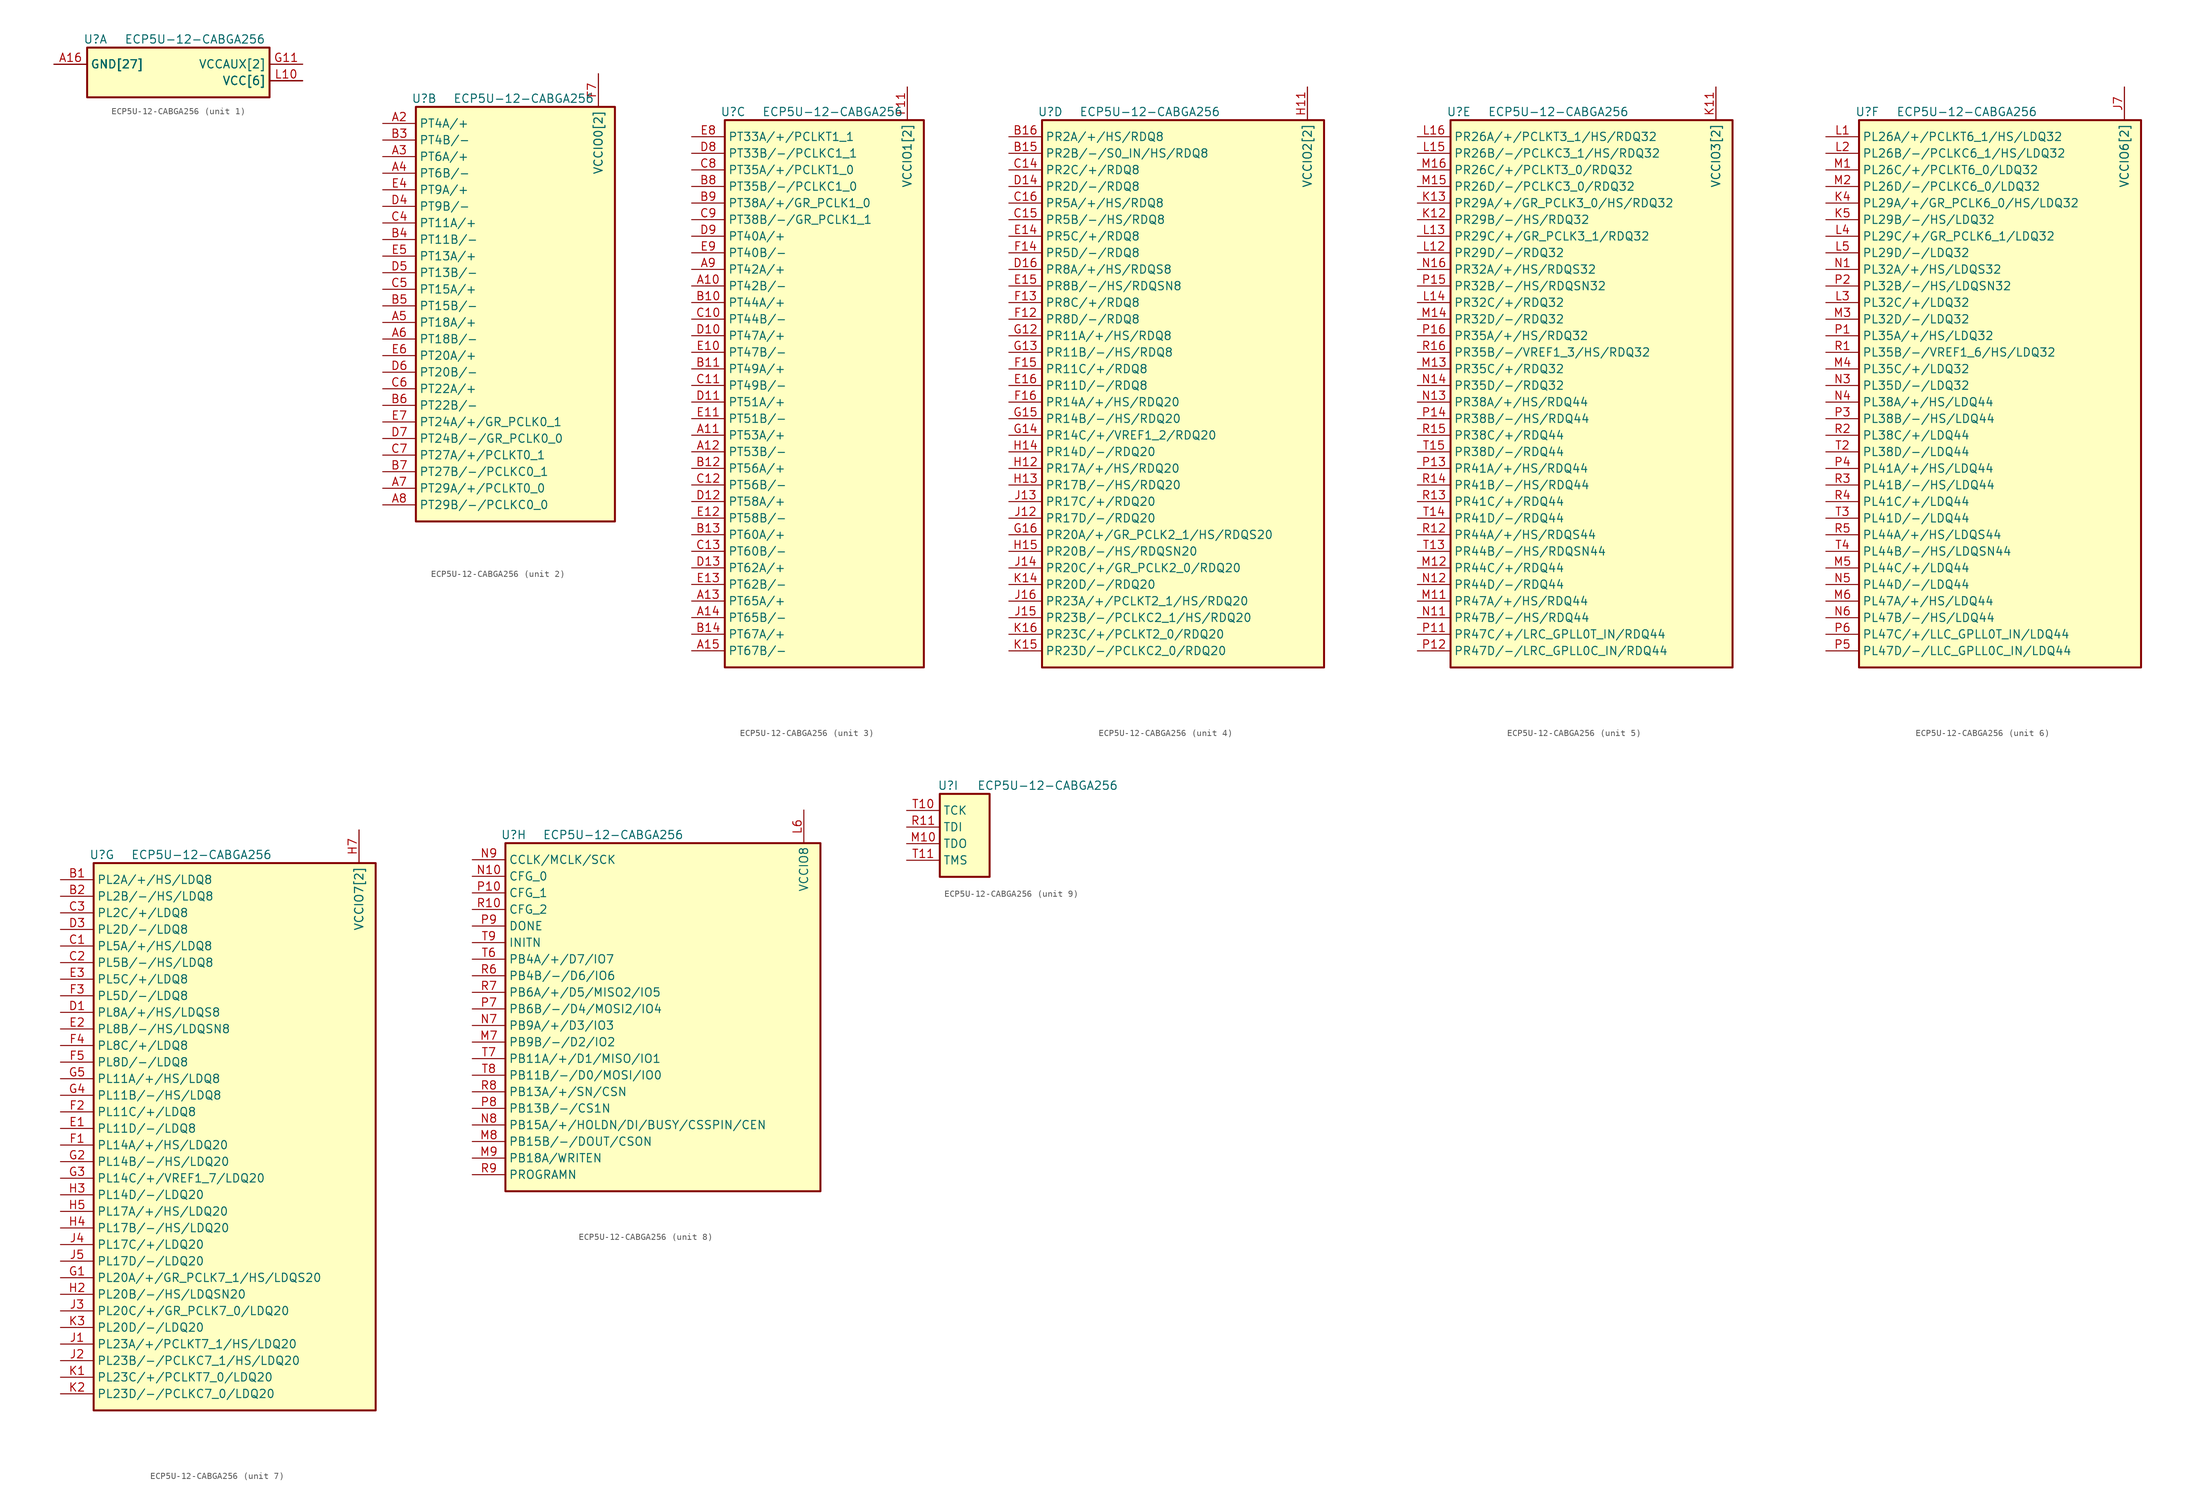
<source format=kicad_sym>
(kicad_symbol_lib
  (version 20211014)
  (generator kicad_symbol_editor)
  (symbol "ECP5U-12-CABGA256"
    (property "Reference" "U"
      (at 6.35 3.81 0)
      (effects (font (size 1.27 1.27))))
    (property "Value" "ECP5U-12-CABGA256"
      (at 21.59 3.81 0)
      (effects (font (size 1.27 1.27))))
    (property "ki_locked" ""
      (at 0 0 0)
      (effects (font (size 1.27 1.27))))
    (symbol "ECP5U-12-CABGA256_1_1"
      (rectangle (start 33.02 2.54) (end 5.08 -5.08) (stroke (width 0.305) (type default) (color 0 0 0 0)) (fill (type background)))
      (pin power_in line (at 0 0 0) (length 5.08) (name "GND[27]" (effects (font (size 1.27 1.27)))) (number "A1" (effects (font (size 0 0)))))
      (pin power_in line (at 0 0 0) (length 5.08) (name "GND[27]" (effects (font (size 1.27 1.27)))) (number "A16" (effects (font (size 1.27 1.27)))))
      (pin power_in line (at 0 0 0) (length 5.08) (name "GND[27]" (effects (font (size 1.27 1.27)))) (number "D15" (effects (font (size 0 0)))))
      (pin power_in line (at 0 0 0) (length 5.08) (name "GND[27]" (effects (font (size 1.27 1.27)))) (number "D2" (effects (font (size 0 0)))))
      (pin power_in line (at 0 0 0) (length 5.08) (name "GND[27]" (effects (font (size 1.27 1.27)))) (number "F8" (effects (font (size 0 0)))))
      (pin power_in line (at 0 0 0) (length 5.08) (name "GND[27]" (effects (font (size 1.27 1.27)))) (number "F9" (effects (font (size 0 0)))))
      (pin power_in line (at 0 0 0) (length 5.08) (name "GND[27]" (effects (font (size 1.27 1.27)))) (number "G10" (effects (font (size 0 0)))))
      (pin power_in line (at 38.1 0 180) (length 5.08) (name "VCCAUX[2]" (effects (font (size 1.27 1.27)))) (number "G11" (effects (font (size 1.27 1.27)))))
      (pin power_in line (at 38.1 -2.54 180) (length 5.08) (name "VCC[6]" (effects (font (size 1.27 1.27)))) (number "G6" (effects (font (size 0 0)))))
      (pin power_in line (at 38.1 -2.54 180) (length 5.08) (name "VCC[6]" (effects (font (size 1.27 1.27)))) (number "G7" (effects (font (size 0 0)))))
      (pin power_in line (at 0 0 0) (length 5.08) (name "GND[27]" (effects (font (size 1.27 1.27)))) (number "G8" (effects (font (size 0 0)))))
      (pin power_in line (at 38.1 -2.54 180) (length 5.08) (name "VCC[6]" (effects (font (size 1.27 1.27)))) (number "G9" (effects (font (size 0 0)))))
      (pin power_in line (at 0 0 0) (length 5.08) (name "GND[27]" (effects (font (size 1.27 1.27)))) (number "H1" (effects (font (size 0 0)))))
      (pin power_in line (at 0 0 0) (length 5.08) (name "GND[27]" (effects (font (size 1.27 1.27)))) (number "H10" (effects (font (size 0 0)))))
      (pin power_in line (at 0 0 0) (length 5.08) (name "GND[27]" (effects (font (size 1.27 1.27)))) (number "H16" (effects (font (size 0 0)))))
      (pin power_in line (at 0 0 0) (length 5.08) (name "GND[27]" (effects (font (size 1.27 1.27)))) (number "H8" (effects (font (size 0 0)))))
      (pin power_in line (at 0 0 0) (length 5.08) (name "GND[27]" (effects (font (size 1.27 1.27)))) (number "H9" (effects (font (size 0 0)))))
      (pin power_in line (at 0 0 0) (length 5.08) (name "GND[27]" (effects (font (size 1.27 1.27)))) (number "J10" (effects (font (size 0 0)))))
      (pin power_in line (at 0 0 0) (length 5.08) (name "GND[27]" (effects (font (size 1.27 1.27)))) (number "J8" (effects (font (size 0 0)))))
      (pin power_in line (at 0 0 0) (length 5.08) (name "GND[27]" (effects (font (size 1.27 1.27)))) (number "J9" (effects (font (size 0 0)))))
      (pin power_in line (at 0 0 0) (length 5.08) (name "GND[27]" (effects (font (size 1.27 1.27)))) (number "K10" (effects (font (size 0 0)))))
      (pin power_in line (at 0 0 0) (length 5.08) (name "GND[27]" (effects (font (size 1.27 1.27)))) (number "K6" (effects (font (size 0 0)))))
      (pin power_in line (at 0 0 0) (length 5.08) (name "GND[27]" (effects (font (size 1.27 1.27)))) (number "K7" (effects (font (size 0 0)))))
      (pin power_in line (at 0 0 0) (length 5.08) (name "GND[27]" (effects (font (size 1.27 1.27)))) (number "K8" (effects (font (size 0 0)))))
      (pin power_in line (at 0 0 0) (length 5.08) (name "GND[27]" (effects (font (size 1.27 1.27)))) (number "K9" (effects (font (size 0 0)))))
      (pin power_in line (at 38.1 -2.54 180) (length 5.08) (name "VCC[6]" (effects (font (size 1.27 1.27)))) (number "L10" (effects (font (size 1.27 1.27)))))
      (pin power_in line (at 38.1 0 180) (length 5.08) (name "VCCAUX[2]" (effects (font (size 1.27 1.27)))) (number "L7" (effects (font (size 0 0)))))
      (pin power_in line (at 38.1 -2.54 180) (length 5.08) (name "VCC[6]" (effects (font (size 1.27 1.27)))) (number "L8" (effects (font (size 0 0)))))
      (pin power_in line (at 38.1 -2.54 180) (length 5.08) (name "VCC[6]" (effects (font (size 1.27 1.27)))) (number "L9" (effects (font (size 0 0)))))
      (pin power_in line (at 0 0 0) (length 5.08) (name "GND[27]" (effects (font (size 1.27 1.27)))) (number "N15" (effects (font (size 0 0)))))
      (pin power_in line (at 0 0 0) (length 5.08) (name "GND[27]" (effects (font (size 1.27 1.27)))) (number "N2" (effects (font (size 0 0)))))
      (pin power_in line (at 0 0 0) (length 5.08) (name "GND[27]" (effects (font (size 1.27 1.27)))) (number "T1" (effects (font (size 0 0)))))
      (pin power_in line (at 0 0 0) (length 5.08) (name "GND[27]" (effects (font (size 1.27 1.27)))) (number "T12" (effects (font (size 0 0)))))
      (pin power_in line (at 0 0 0) (length 5.08) (name "GND[27]" (effects (font (size 1.27 1.27)))) (number "T16" (effects (font (size 0 0)))))
      (pin power_in line (at 0 0 0) (length 5.08) (name "GND[27]" (effects (font (size 1.27 1.27)))) (number "T5" (effects (font (size 0 0))))))
    (symbol "ECP5U-12-CABGA256_2_1"
      (rectangle (start 5.08 2.54) (end 35.56 -60.96) (stroke (width 0.305) (type default) (color 0 0 0 0)) (fill (type background)))
      (pin bidirectional line (at 0 0 0) (length 5.08) (name "PT4A/+" (effects (font (size 1.27 1.27)))) (number "A2" (effects (font (size 1.27 1.27)))))
      (pin bidirectional line (at 0 -5.08 0) (length 5.08) (name "PT6A/+" (effects (font (size 1.27 1.27)))) (number "A3" (effects (font (size 1.27 1.27)))))
      (pin bidirectional line (at 0 -7.62 0) (length 5.08) (name "PT6B/-" (effects (font (size 1.27 1.27)))) (number "A4" (effects (font (size 1.27 1.27)))))
      (pin bidirectional line (at 0 -30.48 0) (length 5.08) (name "PT18A/+" (effects (font (size 1.27 1.27)))) (number "A5" (effects (font (size 1.27 1.27)))))
      (pin bidirectional line (at 0 -33.02 0) (length 5.08) (name "PT18B/-" (effects (font (size 1.27 1.27)))) (number "A6" (effects (font (size 1.27 1.27)))))
      (pin bidirectional line (at 0 -55.88 0) (length 5.08) (name "PT29A/+/PCLKT0_0" (effects (font (size 1.27 1.27)))) (number "A7" (effects (font (size 1.27 1.27)))))
      (pin bidirectional line (at 0 -58.42 0) (length 5.08) (name "PT29B/-/PCLKC0_0" (effects (font (size 1.27 1.27)))) (number "A8" (effects (font (size 1.27 1.27)))))
      (pin bidirectional line (at 0 -2.54 0) (length 5.08) (name "PT4B/-" (effects (font (size 1.27 1.27)))) (number "B3" (effects (font (size 1.27 1.27)))))
      (pin bidirectional line (at 0 -17.78 0) (length 5.08) (name "PT11B/-" (effects (font (size 1.27 1.27)))) (number "B4" (effects (font (size 1.27 1.27)))))
      (pin bidirectional line (at 0 -27.94 0) (length 5.08) (name "PT15B/-" (effects (font (size 1.27 1.27)))) (number "B5" (effects (font (size 1.27 1.27)))))
      (pin bidirectional line (at 0 -43.18 0) (length 5.08) (name "PT22B/-" (effects (font (size 1.27 1.27)))) (number "B6" (effects (font (size 1.27 1.27)))))
      (pin bidirectional line (at 0 -53.34 0) (length 5.08) (name "PT27B/-/PCLKC0_1" (effects (font (size 1.27 1.27)))) (number "B7" (effects (font (size 1.27 1.27)))))
      (pin bidirectional line (at 0 -15.24 0) (length 5.08) (name "PT11A/+" (effects (font (size 1.27 1.27)))) (number "C4" (effects (font (size 1.27 1.27)))))
      (pin bidirectional line (at 0 -25.4 0) (length 5.08) (name "PT15A/+" (effects (font (size 1.27 1.27)))) (number "C5" (effects (font (size 1.27 1.27)))))
      (pin bidirectional line (at 0 -40.64 0) (length 5.08) (name "PT22A/+" (effects (font (size 1.27 1.27)))) (number "C6" (effects (font (size 1.27 1.27)))))
      (pin bidirectional line (at 0 -50.8 0) (length 5.08) (name "PT27A/+/PCLKT0_1" (effects (font (size 1.27 1.27)))) (number "C7" (effects (font (size 1.27 1.27)))))
      (pin bidirectional line (at 0 -12.7 0) (length 5.08) (name "PT9B/-" (effects (font (size 1.27 1.27)))) (number "D4" (effects (font (size 1.27 1.27)))))
      (pin bidirectional line (at 0 -22.86 0) (length 5.08) (name "PT13B/-" (effects (font (size 1.27 1.27)))) (number "D5" (effects (font (size 1.27 1.27)))))
      (pin bidirectional line (at 0 -38.1 0) (length 5.08) (name "PT20B/-" (effects (font (size 1.27 1.27)))) (number "D6" (effects (font (size 1.27 1.27)))))
      (pin bidirectional line (at 0 -48.26 0) (length 5.08) (name "PT24B/-/GR_PCLK0_0" (effects (font (size 1.27 1.27)))) (number "D7" (effects (font (size 1.27 1.27)))))
      (pin bidirectional line (at 0 -10.16 0) (length 5.08) (name "PT9A/+" (effects (font (size 1.27 1.27)))) (number "E4" (effects (font (size 1.27 1.27)))))
      (pin bidirectional line (at 0 -20.32 0) (length 5.08) (name "PT13A/+" (effects (font (size 1.27 1.27)))) (number "E5" (effects (font (size 1.27 1.27)))))
      (pin bidirectional line (at 0 -35.56 0) (length 5.08) (name "PT20A/+" (effects (font (size 1.27 1.27)))) (number "E6" (effects (font (size 1.27 1.27)))))
      (pin bidirectional line (at 0 -45.72 0) (length 5.08) (name "PT24A/+/GR_PCLK0_1" (effects (font (size 1.27 1.27)))) (number "E7" (effects (font (size 1.27 1.27)))))
      (pin power_in line (at 33.02 7.62 270) (length 5.08) (name "VCCIO0[2]" (effects (font (size 1.27 1.27)))) (number "F6" (effects (font (size 0 0)))))
      (pin power_in line (at 33.02 7.62 270) (length 5.08) (name "VCCIO0[2]" (effects (font (size 1.27 1.27)))) (number "F7" (effects (font (size 1.27 1.27))))))
    (symbol "ECP5U-12-CABGA256_3_1"
      (rectangle (start 5.08 2.54) (end 35.56 -81.28) (stroke (width 0.305) (type default) (color 0 0 0 0)) (fill (type background)))
      (pin bidirectional line (at 0 -22.86 0) (length 5.08) (name "PT42B/-" (effects (font (size 1.27 1.27)))) (number "A10" (effects (font (size 1.27 1.27)))))
      (pin bidirectional line (at 0 -45.72 0) (length 5.08) (name "PT53A/+" (effects (font (size 1.27 1.27)))) (number "A11" (effects (font (size 1.27 1.27)))))
      (pin bidirectional line (at 0 -48.26 0) (length 5.08) (name "PT53B/-" (effects (font (size 1.27 1.27)))) (number "A12" (effects (font (size 1.27 1.27)))))
      (pin bidirectional line (at 0 -71.12 0) (length 5.08) (name "PT65A/+" (effects (font (size 1.27 1.27)))) (number "A13" (effects (font (size 1.27 1.27)))))
      (pin bidirectional line (at 0 -73.66 0) (length 5.08) (name "PT65B/-" (effects (font (size 1.27 1.27)))) (number "A14" (effects (font (size 1.27 1.27)))))
      (pin bidirectional line (at 0 -78.74 0) (length 5.08) (name "PT67B/-" (effects (font (size 1.27 1.27)))) (number "A15" (effects (font (size 1.27 1.27)))))
      (pin bidirectional line (at 0 -20.32 0) (length 5.08) (name "PT42A/+" (effects (font (size 1.27 1.27)))) (number "A9" (effects (font (size 1.27 1.27)))))
      (pin bidirectional line (at 0 -25.4 0) (length 5.08) (name "PT44A/+" (effects (font (size 1.27 1.27)))) (number "B10" (effects (font (size 1.27 1.27)))))
      (pin bidirectional line (at 0 -35.56 0) (length 5.08) (name "PT49A/+" (effects (font (size 1.27 1.27)))) (number "B11" (effects (font (size 1.27 1.27)))))
      (pin bidirectional line (at 0 -50.8 0) (length 5.08) (name "PT56A/+" (effects (font (size 1.27 1.27)))) (number "B12" (effects (font (size 1.27 1.27)))))
      (pin bidirectional line (at 0 -60.96 0) (length 5.08) (name "PT60A/+" (effects (font (size 1.27 1.27)))) (number "B13" (effects (font (size 1.27 1.27)))))
      (pin bidirectional line (at 0 -76.2 0) (length 5.08) (name "PT67A/+" (effects (font (size 1.27 1.27)))) (number "B14" (effects (font (size 1.27 1.27)))))
      (pin bidirectional line (at 0 -7.62 0) (length 5.08) (name "PT35B/-/PCLKC1_0" (effects (font (size 1.27 1.27)))) (number "B8" (effects (font (size 1.27 1.27)))))
      (pin bidirectional line (at 0 -10.16 0) (length 5.08) (name "PT38A/+/GR_PCLK1_0" (effects (font (size 1.27 1.27)))) (number "B9" (effects (font (size 1.27 1.27)))))
      (pin bidirectional line (at 0 -27.94 0) (length 5.08) (name "PT44B/-" (effects (font (size 1.27 1.27)))) (number "C10" (effects (font (size 1.27 1.27)))))
      (pin bidirectional line (at 0 -38.1 0) (length 5.08) (name "PT49B/-" (effects (font (size 1.27 1.27)))) (number "C11" (effects (font (size 1.27 1.27)))))
      (pin bidirectional line (at 0 -53.34 0) (length 5.08) (name "PT56B/-" (effects (font (size 1.27 1.27)))) (number "C12" (effects (font (size 1.27 1.27)))))
      (pin bidirectional line (at 0 -63.5 0) (length 5.08) (name "PT60B/-" (effects (font (size 1.27 1.27)))) (number "C13" (effects (font (size 1.27 1.27)))))
      (pin bidirectional line (at 0 -5.08 0) (length 5.08) (name "PT35A/+/PCLKT1_0" (effects (font (size 1.27 1.27)))) (number "C8" (effects (font (size 1.27 1.27)))))
      (pin bidirectional line (at 0 -12.7 0) (length 5.08) (name "PT38B/-/GR_PCLK1_1" (effects (font (size 1.27 1.27)))) (number "C9" (effects (font (size 1.27 1.27)))))
      (pin bidirectional line (at 0 -30.48 0) (length 5.08) (name "PT47A/+" (effects (font (size 1.27 1.27)))) (number "D10" (effects (font (size 1.27 1.27)))))
      (pin bidirectional line (at 0 -40.64 0) (length 5.08) (name "PT51A/+" (effects (font (size 1.27 1.27)))) (number "D11" (effects (font (size 1.27 1.27)))))
      (pin bidirectional line (at 0 -55.88 0) (length 5.08) (name "PT58A/+" (effects (font (size 1.27 1.27)))) (number "D12" (effects (font (size 1.27 1.27)))))
      (pin bidirectional line (at 0 -66.04 0) (length 5.08) (name "PT62A/+" (effects (font (size 1.27 1.27)))) (number "D13" (effects (font (size 1.27 1.27)))))
      (pin bidirectional line (at 0 -2.54 0) (length 5.08) (name "PT33B/-/PCLKC1_1" (effects (font (size 1.27 1.27)))) (number "D8" (effects (font (size 1.27 1.27)))))
      (pin bidirectional line (at 0 -15.24 0) (length 5.08) (name "PT40A/+" (effects (font (size 1.27 1.27)))) (number "D9" (effects (font (size 1.27 1.27)))))
      (pin bidirectional line (at 0 -33.02 0) (length 5.08) (name "PT47B/-" (effects (font (size 1.27 1.27)))) (number "E10" (effects (font (size 1.27 1.27)))))
      (pin bidirectional line (at 0 -43.18 0) (length 5.08) (name "PT51B/-" (effects (font (size 1.27 1.27)))) (number "E11" (effects (font (size 1.27 1.27)))))
      (pin bidirectional line (at 0 -58.42 0) (length 5.08) (name "PT58B/-" (effects (font (size 1.27 1.27)))) (number "E12" (effects (font (size 1.27 1.27)))))
      (pin bidirectional line (at 0 -68.58 0) (length 5.08) (name "PT62B/-" (effects (font (size 1.27 1.27)))) (number "E13" (effects (font (size 1.27 1.27)))))
      (pin bidirectional line (at 0 0 0) (length 5.08) (name "PT33A/+/PCLKT1_1" (effects (font (size 1.27 1.27)))) (number "E8" (effects (font (size 1.27 1.27)))))
      (pin bidirectional line (at 0 -17.78 0) (length 5.08) (name "PT40B/-" (effects (font (size 1.27 1.27)))) (number "E9" (effects (font (size 1.27 1.27)))))
      (pin power_in line (at 33.02 7.62 270) (length 5.08) (name "VCCIO1[2]" (effects (font (size 1.27 1.27)))) (number "F10" (effects (font (size 0 0)))))
      (pin power_in line (at 33.02 7.62 270) (length 5.08) (name "VCCIO1[2]" (effects (font (size 1.27 1.27)))) (number "F11" (effects (font (size 1.27 1.27))))))
    (symbol "ECP5U-12-CABGA256_4_1"
      (rectangle (start 5.08 2.54) (end 48.26 -81.28) (stroke (width 0.305) (type default) (color 0 0 0 0)) (fill (type background)))
      (pin bidirectional line (at 0 -2.54 0) (length 5.08) (name "PR2B/-/S0_IN/HS/RDQ8" (effects (font (size 1.27 1.27)))) (number "B15" (effects (font (size 1.27 1.27)))))
      (pin bidirectional line (at 0 0 0) (length 5.08) (name "PR2A/+/HS/RDQ8" (effects (font (size 1.27 1.27)))) (number "B16" (effects (font (size 1.27 1.27)))))
      (pin bidirectional line (at 0 -5.08 0) (length 5.08) (name "PR2C/+/RDQ8" (effects (font (size 1.27 1.27)))) (number "C14" (effects (font (size 1.27 1.27)))))
      (pin bidirectional line (at 0 -12.7 0) (length 5.08) (name "PR5B/-/HS/RDQ8" (effects (font (size 1.27 1.27)))) (number "C15" (effects (font (size 1.27 1.27)))))
      (pin bidirectional line (at 0 -10.16 0) (length 5.08) (name "PR5A/+/HS/RDQ8" (effects (font (size 1.27 1.27)))) (number "C16" (effects (font (size 1.27 1.27)))))
      (pin bidirectional line (at 0 -7.62 0) (length 5.08) (name "PR2D/-/RDQ8" (effects (font (size 1.27 1.27)))) (number "D14" (effects (font (size 1.27 1.27)))))
      (pin bidirectional line (at 0 -20.32 0) (length 5.08) (name "PR8A/+/HS/RDQS8" (effects (font (size 1.27 1.27)))) (number "D16" (effects (font (size 1.27 1.27)))))
      (pin bidirectional line (at 0 -15.24 0) (length 5.08) (name "PR5C/+/RDQ8" (effects (font (size 1.27 1.27)))) (number "E14" (effects (font (size 1.27 1.27)))))
      (pin bidirectional line (at 0 -22.86 0) (length 5.08) (name "PR8B/-/HS/RDQSN8" (effects (font (size 1.27 1.27)))) (number "E15" (effects (font (size 1.27 1.27)))))
      (pin bidirectional line (at 0 -38.1 0) (length 5.08) (name "PR11D/-/RDQ8" (effects (font (size 1.27 1.27)))) (number "E16" (effects (font (size 1.27 1.27)))))
      (pin bidirectional line (at 0 -27.94 0) (length 5.08) (name "PR8D/-/RDQ8" (effects (font (size 1.27 1.27)))) (number "F12" (effects (font (size 1.27 1.27)))))
      (pin bidirectional line (at 0 -25.4 0) (length 5.08) (name "PR8C/+/RDQ8" (effects (font (size 1.27 1.27)))) (number "F13" (effects (font (size 1.27 1.27)))))
      (pin bidirectional line (at 0 -17.78 0) (length 5.08) (name "PR5D/-/RDQ8" (effects (font (size 1.27 1.27)))) (number "F14" (effects (font (size 1.27 1.27)))))
      (pin bidirectional line (at 0 -35.56 0) (length 5.08) (name "PR11C/+/RDQ8" (effects (font (size 1.27 1.27)))) (number "F15" (effects (font (size 1.27 1.27)))))
      (pin bidirectional line (at 0 -40.64 0) (length 5.08) (name "PR14A/+/HS/RDQ20" (effects (font (size 1.27 1.27)))) (number "F16" (effects (font (size 1.27 1.27)))))
      (pin bidirectional line (at 0 -30.48 0) (length 5.08) (name "PR11A/+/HS/RDQ8" (effects (font (size 1.27 1.27)))) (number "G12" (effects (font (size 1.27 1.27)))))
      (pin bidirectional line (at 0 -33.02 0) (length 5.08) (name "PR11B/-/HS/RDQ8" (effects (font (size 1.27 1.27)))) (number "G13" (effects (font (size 1.27 1.27)))))
      (pin bidirectional line (at 0 -45.72 0) (length 5.08) (name "PR14C/+/VREF1_2/RDQ20" (effects (font (size 1.27 1.27)))) (number "G14" (effects (font (size 1.27 1.27)))))
      (pin bidirectional line (at 0 -43.18 0) (length 5.08) (name "PR14B/-/HS/RDQ20" (effects (font (size 1.27 1.27)))) (number "G15" (effects (font (size 1.27 1.27)))))
      (pin bidirectional line (at 0 -60.96 0) (length 5.08) (name "PR20A/+/GR_PCLK2_1/HS/RDQS20" (effects (font (size 1.27 1.27)))) (number "G16" (effects (font (size 1.27 1.27)))))
      (pin power_in line (at 45.72 7.62 270) (length 5.08) (name "VCCIO2[2]" (effects (font (size 1.27 1.27)))) (number "H11" (effects (font (size 1.27 1.27)))))
      (pin bidirectional line (at 0 -50.8 0) (length 5.08) (name "PR17A/+/HS/RDQ20" (effects (font (size 1.27 1.27)))) (number "H12" (effects (font (size 1.27 1.27)))))
      (pin bidirectional line (at 0 -53.34 0) (length 5.08) (name "PR17B/-/HS/RDQ20" (effects (font (size 1.27 1.27)))) (number "H13" (effects (font (size 1.27 1.27)))))
      (pin bidirectional line (at 0 -48.26 0) (length 5.08) (name "PR14D/-/RDQ20" (effects (font (size 1.27 1.27)))) (number "H14" (effects (font (size 1.27 1.27)))))
      (pin bidirectional line (at 0 -63.5 0) (length 5.08) (name "PR20B/-/HS/RDQSN20" (effects (font (size 1.27 1.27)))) (number "H15" (effects (font (size 1.27 1.27)))))
      (pin power_in line (at 45.72 7.62 270) (length 5.08) (name "VCCIO2[2]" (effects (font (size 1.27 1.27)))) (number "J11" (effects (font (size 0 0)))))
      (pin bidirectional line (at 0 -58.42 0) (length 5.08) (name "PR17D/-/RDQ20" (effects (font (size 1.27 1.27)))) (number "J12" (effects (font (size 1.27 1.27)))))
      (pin bidirectional line (at 0 -55.88 0) (length 5.08) (name "PR17C/+/RDQ20" (effects (font (size 1.27 1.27)))) (number "J13" (effects (font (size 1.27 1.27)))))
      (pin bidirectional line (at 0 -66.04 0) (length 5.08) (name "PR20C/+/GR_PCLK2_0/RDQ20" (effects (font (size 1.27 1.27)))) (number "J14" (effects (font (size 1.27 1.27)))))
      (pin bidirectional line (at 0 -73.66 0) (length 5.08) (name "PR23B/-/PCLKC2_1/HS/RDQ20" (effects (font (size 1.27 1.27)))) (number "J15" (effects (font (size 1.27 1.27)))))
      (pin bidirectional line (at 0 -71.12 0) (length 5.08) (name "PR23A/+/PCLKT2_1/HS/RDQ20" (effects (font (size 1.27 1.27)))) (number "J16" (effects (font (size 1.27 1.27)))))
      (pin bidirectional line (at 0 -68.58 0) (length 5.08) (name "PR20D/-/RDQ20" (effects (font (size 1.27 1.27)))) (number "K14" (effects (font (size 1.27 1.27)))))
      (pin bidirectional line (at 0 -78.74 0) (length 5.08) (name "PR23D/-/PCLKC2_0/RDQ20" (effects (font (size 1.27 1.27)))) (number "K15" (effects (font (size 1.27 1.27)))))
      (pin bidirectional line (at 0 -76.2 0) (length 5.08) (name "PR23C/+/PCLKT2_0/RDQ20" (effects (font (size 1.27 1.27)))) (number "K16" (effects (font (size 1.27 1.27))))))
    (symbol "ECP5U-12-CABGA256_5_1"
      (rectangle (start 5.08 2.54) (end 48.26 -81.28) (stroke (width 0.305) (type default) (color 0 0 0 0)) (fill (type background)))
      (pin power_in line (at 45.72 7.62 270) (length 5.08) (name "VCCIO3[2]" (effects (font (size 1.27 1.27)))) (number "K11" (effects (font (size 1.27 1.27)))))
      (pin bidirectional line (at 0 -12.7 0) (length 5.08) (name "PR29B/-/HS/RDQ32" (effects (font (size 1.27 1.27)))) (number "K12" (effects (font (size 1.27 1.27)))))
      (pin bidirectional line (at 0 -10.16 0) (length 5.08) (name "PR29A/+/GR_PCLK3_0/HS/RDQ32" (effects (font (size 1.27 1.27)))) (number "K13" (effects (font (size 1.27 1.27)))))
      (pin power_in line (at 45.72 7.62 270) (length 5.08) (name "VCCIO3[2]" (effects (font (size 1.27 1.27)))) (number "L11" (effects (font (size 0 0)))))
      (pin bidirectional line (at 0 -17.78 0) (length 5.08) (name "PR29D/-/RDQ32" (effects (font (size 1.27 1.27)))) (number "L12" (effects (font (size 1.27 1.27)))))
      (pin bidirectional line (at 0 -15.24 0) (length 5.08) (name "PR29C/+/GR_PCLK3_1/RDQ32" (effects (font (size 1.27 1.27)))) (number "L13" (effects (font (size 1.27 1.27)))))
      (pin bidirectional line (at 0 -25.4 0) (length 5.08) (name "PR32C/+/RDQ32" (effects (font (size 1.27 1.27)))) (number "L14" (effects (font (size 1.27 1.27)))))
      (pin bidirectional line (at 0 -2.54 0) (length 5.08) (name "PR26B/-/PCLKC3_1/HS/RDQ32" (effects (font (size 1.27 1.27)))) (number "L15" (effects (font (size 1.27 1.27)))))
      (pin bidirectional line (at 0 0 0) (length 5.08) (name "PR26A/+/PCLKT3_1/HS/RDQ32" (effects (font (size 1.27 1.27)))) (number "L16" (effects (font (size 1.27 1.27)))))
      (pin bidirectional line (at 0 -71.12 0) (length 5.08) (name "PR47A/+/HS/RDQ44" (effects (font (size 1.27 1.27)))) (number "M11" (effects (font (size 1.27 1.27)))))
      (pin bidirectional line (at 0 -66.04 0) (length 5.08) (name "PR44C/+/RDQ44" (effects (font (size 1.27 1.27)))) (number "M12" (effects (font (size 1.27 1.27)))))
      (pin bidirectional line (at 0 -35.56 0) (length 5.08) (name "PR35C/+/RDQ32" (effects (font (size 1.27 1.27)))) (number "M13" (effects (font (size 1.27 1.27)))))
      (pin bidirectional line (at 0 -27.94 0) (length 5.08) (name "PR32D/-/RDQ32" (effects (font (size 1.27 1.27)))) (number "M14" (effects (font (size 1.27 1.27)))))
      (pin bidirectional line (at 0 -7.62 0) (length 5.08) (name "PR26D/-/PCLKC3_0/RDQ32" (effects (font (size 1.27 1.27)))) (number "M15" (effects (font (size 1.27 1.27)))))
      (pin bidirectional line (at 0 -5.08 0) (length 5.08) (name "PR26C/+/PCLKT3_0/RDQ32" (effects (font (size 1.27 1.27)))) (number "M16" (effects (font (size 1.27 1.27)))))
      (pin bidirectional line (at 0 -73.66 0) (length 5.08) (name "PR47B/-/HS/RDQ44" (effects (font (size 1.27 1.27)))) (number "N11" (effects (font (size 1.27 1.27)))))
      (pin bidirectional line (at 0 -68.58 0) (length 5.08) (name "PR44D/-/RDQ44" (effects (font (size 1.27 1.27)))) (number "N12" (effects (font (size 1.27 1.27)))))
      (pin bidirectional line (at 0 -40.64 0) (length 5.08) (name "PR38A/+/HS/RDQ44" (effects (font (size 1.27 1.27)))) (number "N13" (effects (font (size 1.27 1.27)))))
      (pin bidirectional line (at 0 -38.1 0) (length 5.08) (name "PR35D/-/RDQ32" (effects (font (size 1.27 1.27)))) (number "N14" (effects (font (size 1.27 1.27)))))
      (pin bidirectional line (at 0 -20.32 0) (length 5.08) (name "PR32A/+/HS/RDQS32" (effects (font (size 1.27 1.27)))) (number "N16" (effects (font (size 1.27 1.27)))))
      (pin bidirectional line (at 0 -76.2 0) (length 5.08) (name "PR47C/+/LRC_GPLL0T_IN/RDQ44" (effects (font (size 1.27 1.27)))) (number "P11" (effects (font (size 1.27 1.27)))))
      (pin bidirectional line (at 0 -78.74 0) (length 5.08) (name "PR47D/-/LRC_GPLL0C_IN/RDQ44" (effects (font (size 1.27 1.27)))) (number "P12" (effects (font (size 1.27 1.27)))))
      (pin bidirectional line (at 0 -50.8 0) (length 5.08) (name "PR41A/+/HS/RDQ44" (effects (font (size 1.27 1.27)))) (number "P13" (effects (font (size 1.27 1.27)))))
      (pin bidirectional line (at 0 -43.18 0) (length 5.08) (name "PR38B/-/HS/RDQ44" (effects (font (size 1.27 1.27)))) (number "P14" (effects (font (size 1.27 1.27)))))
      (pin bidirectional line (at 0 -22.86 0) (length 5.08) (name "PR32B/-/HS/RDQSN32" (effects (font (size 1.27 1.27)))) (number "P15" (effects (font (size 1.27 1.27)))))
      (pin bidirectional line (at 0 -30.48 0) (length 5.08) (name "PR35A/+/HS/RDQ32" (effects (font (size 1.27 1.27)))) (number "P16" (effects (font (size 1.27 1.27)))))
      (pin bidirectional line (at 0 -60.96 0) (length 5.08) (name "PR44A/+/HS/RDQS44" (effects (font (size 1.27 1.27)))) (number "R12" (effects (font (size 1.27 1.27)))))
      (pin bidirectional line (at 0 -55.88 0) (length 5.08) (name "PR41C/+/RDQ44" (effects (font (size 1.27 1.27)))) (number "R13" (effects (font (size 1.27 1.27)))))
      (pin bidirectional line (at 0 -53.34 0) (length 5.08) (name "PR41B/-/HS/RDQ44" (effects (font (size 1.27 1.27)))) (number "R14" (effects (font (size 1.27 1.27)))))
      (pin bidirectional line (at 0 -45.72 0) (length 5.08) (name "PR38C/+/RDQ44" (effects (font (size 1.27 1.27)))) (number "R15" (effects (font (size 1.27 1.27)))))
      (pin bidirectional line (at 0 -33.02 0) (length 5.08) (name "PR35B/-/VREF1_3/HS/RDQ32" (effects (font (size 1.27 1.27)))) (number "R16" (effects (font (size 1.27 1.27)))))
      (pin bidirectional line (at 0 -63.5 0) (length 5.08) (name "PR44B/-/HS/RDQSN44" (effects (font (size 1.27 1.27)))) (number "T13" (effects (font (size 1.27 1.27)))))
      (pin bidirectional line (at 0 -58.42 0) (length 5.08) (name "PR41D/-/RDQ44" (effects (font (size 1.27 1.27)))) (number "T14" (effects (font (size 1.27 1.27)))))
      (pin bidirectional line (at 0 -48.26 0) (length 5.08) (name "PR38D/-/RDQ44" (effects (font (size 1.27 1.27)))) (number "T15" (effects (font (size 1.27 1.27))))))
    (symbol "ECP5U-12-CABGA256_6_1"
      (rectangle (start 5.08 2.54) (end 48.26 -81.28) (stroke (width 0.305) (type default) (color 0 0 0 0)) (fill (type background)))
      (pin power_in line (at 45.72 7.62 270) (length 5.08) (name "VCCIO6[2]" (effects (font (size 1.27 1.27)))) (number "J6" (effects (font (size 0 0)))))
      (pin power_in line (at 45.72 7.62 270) (length 5.08) (name "VCCIO6[2]" (effects (font (size 1.27 1.27)))) (number "J7" (effects (font (size 1.27 1.27)))))
      (pin bidirectional line (at 0 -10.16 0) (length 5.08) (name "PL29A/+/GR_PCLK6_0/HS/LDQ32" (effects (font (size 1.27 1.27)))) (number "K4" (effects (font (size 1.27 1.27)))))
      (pin bidirectional line (at 0 -12.7 0) (length 5.08) (name "PL29B/-/HS/LDQ32" (effects (font (size 1.27 1.27)))) (number "K5" (effects (font (size 1.27 1.27)))))
      (pin bidirectional line (at 0 0 0) (length 5.08) (name "PL26A/+/PCLKT6_1/HS/LDQ32" (effects (font (size 1.27 1.27)))) (number "L1" (effects (font (size 1.27 1.27)))))
      (pin bidirectional line (at 0 -2.54 0) (length 5.08) (name "PL26B/-/PCLKC6_1/HS/LDQ32" (effects (font (size 1.27 1.27)))) (number "L2" (effects (font (size 1.27 1.27)))))
      (pin bidirectional line (at 0 -25.4 0) (length 5.08) (name "PL32C/+/LDQ32" (effects (font (size 1.27 1.27)))) (number "L3" (effects (font (size 1.27 1.27)))))
      (pin bidirectional line (at 0 -15.24 0) (length 5.08) (name "PL29C/+/GR_PCLK6_1/LDQ32" (effects (font (size 1.27 1.27)))) (number "L4" (effects (font (size 1.27 1.27)))))
      (pin bidirectional line (at 0 -17.78 0) (length 5.08) (name "PL29D/-/LDQ32" (effects (font (size 1.27 1.27)))) (number "L5" (effects (font (size 1.27 1.27)))))
      (pin bidirectional line (at 0 -5.08 0) (length 5.08) (name "PL26C/+/PCLKT6_0/LDQ32" (effects (font (size 1.27 1.27)))) (number "M1" (effects (font (size 1.27 1.27)))))
      (pin bidirectional line (at 0 -7.62 0) (length 5.08) (name "PL26D/-/PCLKC6_0/LDQ32" (effects (font (size 1.27 1.27)))) (number "M2" (effects (font (size 1.27 1.27)))))
      (pin bidirectional line (at 0 -27.94 0) (length 5.08) (name "PL32D/-/LDQ32" (effects (font (size 1.27 1.27)))) (number "M3" (effects (font (size 1.27 1.27)))))
      (pin bidirectional line (at 0 -35.56 0) (length 5.08) (name "PL35C/+/LDQ32" (effects (font (size 1.27 1.27)))) (number "M4" (effects (font (size 1.27 1.27)))))
      (pin bidirectional line (at 0 -66.04 0) (length 5.08) (name "PL44C/+/LDQ44" (effects (font (size 1.27 1.27)))) (number "M5" (effects (font (size 1.27 1.27)))))
      (pin bidirectional line (at 0 -71.12 0) (length 5.08) (name "PL47A/+/HS/LDQ44" (effects (font (size 1.27 1.27)))) (number "M6" (effects (font (size 1.27 1.27)))))
      (pin bidirectional line (at 0 -20.32 0) (length 5.08) (name "PL32A/+/HS/LDQS32" (effects (font (size 1.27 1.27)))) (number "N1" (effects (font (size 1.27 1.27)))))
      (pin bidirectional line (at 0 -38.1 0) (length 5.08) (name "PL35D/-/LDQ32" (effects (font (size 1.27 1.27)))) (number "N3" (effects (font (size 1.27 1.27)))))
      (pin bidirectional line (at 0 -40.64 0) (length 5.08) (name "PL38A/+/HS/LDQ44" (effects (font (size 1.27 1.27)))) (number "N4" (effects (font (size 1.27 1.27)))))
      (pin bidirectional line (at 0 -68.58 0) (length 5.08) (name "PL44D/-/LDQ44" (effects (font (size 1.27 1.27)))) (number "N5" (effects (font (size 1.27 1.27)))))
      (pin bidirectional line (at 0 -73.66 0) (length 5.08) (name "PL47B/-/HS/LDQ44" (effects (font (size 1.27 1.27)))) (number "N6" (effects (font (size 1.27 1.27)))))
      (pin bidirectional line (at 0 -30.48 0) (length 5.08) (name "PL35A/+/HS/LDQ32" (effects (font (size 1.27 1.27)))) (number "P1" (effects (font (size 1.27 1.27)))))
      (pin bidirectional line (at 0 -22.86 0) (length 5.08) (name "PL32B/-/HS/LDQSN32" (effects (font (size 1.27 1.27)))) (number "P2" (effects (font (size 1.27 1.27)))))
      (pin bidirectional line (at 0 -43.18 0) (length 5.08) (name "PL38B/-/HS/LDQ44" (effects (font (size 1.27 1.27)))) (number "P3" (effects (font (size 1.27 1.27)))))
      (pin bidirectional line (at 0 -50.8 0) (length 5.08) (name "PL41A/+/HS/LDQ44" (effects (font (size 1.27 1.27)))) (number "P4" (effects (font (size 1.27 1.27)))))
      (pin bidirectional line (at 0 -78.74 0) (length 5.08) (name "PL47D/-/LLC_GPLL0C_IN/LDQ44" (effects (font (size 1.27 1.27)))) (number "P5" (effects (font (size 1.27 1.27)))))
      (pin bidirectional line (at 0 -76.2 0) (length 5.08) (name "PL47C/+/LLC_GPLL0T_IN/LDQ44" (effects (font (size 1.27 1.27)))) (number "P6" (effects (font (size 1.27 1.27)))))
      (pin bidirectional line (at 0 -33.02 0) (length 5.08) (name "PL35B/-/VREF1_6/HS/LDQ32" (effects (font (size 1.27 1.27)))) (number "R1" (effects (font (size 1.27 1.27)))))
      (pin bidirectional line (at 0 -45.72 0) (length 5.08) (name "PL38C/+/LDQ44" (effects (font (size 1.27 1.27)))) (number "R2" (effects (font (size 1.27 1.27)))))
      (pin bidirectional line (at 0 -53.34 0) (length 5.08) (name "PL41B/-/HS/LDQ44" (effects (font (size 1.27 1.27)))) (number "R3" (effects (font (size 1.27 1.27)))))
      (pin bidirectional line (at 0 -55.88 0) (length 5.08) (name "PL41C/+/LDQ44" (effects (font (size 1.27 1.27)))) (number "R4" (effects (font (size 1.27 1.27)))))
      (pin bidirectional line (at 0 -60.96 0) (length 5.08) (name "PL44A/+/HS/LDQS44" (effects (font (size 1.27 1.27)))) (number "R5" (effects (font (size 1.27 1.27)))))
      (pin bidirectional line (at 0 -48.26 0) (length 5.08) (name "PL38D/-/LDQ44" (effects (font (size 1.27 1.27)))) (number "T2" (effects (font (size 1.27 1.27)))))
      (pin bidirectional line (at 0 -58.42 0) (length 5.08) (name "PL41D/-/LDQ44" (effects (font (size 1.27 1.27)))) (number "T3" (effects (font (size 1.27 1.27)))))
      (pin bidirectional line (at 0 -63.5 0) (length 5.08) (name "PL44B/-/HS/LDQSN44" (effects (font (size 1.27 1.27)))) (number "T4" (effects (font (size 1.27 1.27))))))
    (symbol "ECP5U-12-CABGA256_7_1"
      (rectangle (start 5.08 2.54) (end 48.26 -81.28) (stroke (width 0.305) (type default) (color 0 0 0 0)) (fill (type background)))
      (pin bidirectional line (at 0 0 0) (length 5.08) (name "PL2A/+/HS/LDQ8" (effects (font (size 1.27 1.27)))) (number "B1" (effects (font (size 1.27 1.27)))))
      (pin bidirectional line (at 0 -2.54 0) (length 5.08) (name "PL2B/-/HS/LDQ8" (effects (font (size 1.27 1.27)))) (number "B2" (effects (font (size 1.27 1.27)))))
      (pin bidirectional line (at 0 -10.16 0) (length 5.08) (name "PL5A/+/HS/LDQ8" (effects (font (size 1.27 1.27)))) (number "C1" (effects (font (size 1.27 1.27)))))
      (pin bidirectional line (at 0 -12.7 0) (length 5.08) (name "PL5B/-/HS/LDQ8" (effects (font (size 1.27 1.27)))) (number "C2" (effects (font (size 1.27 1.27)))))
      (pin bidirectional line (at 0 -5.08 0) (length 5.08) (name "PL2C/+/LDQ8" (effects (font (size 1.27 1.27)))) (number "C3" (effects (font (size 1.27 1.27)))))
      (pin bidirectional line (at 0 -20.32 0) (length 5.08) (name "PL8A/+/HS/LDQS8" (effects (font (size 1.27 1.27)))) (number "D1" (effects (font (size 1.27 1.27)))))
      (pin bidirectional line (at 0 -7.62 0) (length 5.08) (name "PL2D/-/LDQ8" (effects (font (size 1.27 1.27)))) (number "D3" (effects (font (size 1.27 1.27)))))
      (pin bidirectional line (at 0 -38.1 0) (length 5.08) (name "PL11D/-/LDQ8" (effects (font (size 1.27 1.27)))) (number "E1" (effects (font (size 1.27 1.27)))))
      (pin bidirectional line (at 0 -22.86 0) (length 5.08) (name "PL8B/-/HS/LDQSN8" (effects (font (size 1.27 1.27)))) (number "E2" (effects (font (size 1.27 1.27)))))
      (pin bidirectional line (at 0 -15.24 0) (length 5.08) (name "PL5C/+/LDQ8" (effects (font (size 1.27 1.27)))) (number "E3" (effects (font (size 1.27 1.27)))))
      (pin bidirectional line (at 0 -40.64 0) (length 5.08) (name "PL14A/+/HS/LDQ20" (effects (font (size 1.27 1.27)))) (number "F1" (effects (font (size 1.27 1.27)))))
      (pin bidirectional line (at 0 -35.56 0) (length 5.08) (name "PL11C/+/LDQ8" (effects (font (size 1.27 1.27)))) (number "F2" (effects (font (size 1.27 1.27)))))
      (pin bidirectional line (at 0 -17.78 0) (length 5.08) (name "PL5D/-/LDQ8" (effects (font (size 1.27 1.27)))) (number "F3" (effects (font (size 1.27 1.27)))))
      (pin bidirectional line (at 0 -25.4 0) (length 5.08) (name "PL8C/+/LDQ8" (effects (font (size 1.27 1.27)))) (number "F4" (effects (font (size 1.27 1.27)))))
      (pin bidirectional line (at 0 -27.94 0) (length 5.08) (name "PL8D/-/LDQ8" (effects (font (size 1.27 1.27)))) (number "F5" (effects (font (size 1.27 1.27)))))
      (pin bidirectional line (at 0 -60.96 0) (length 5.08) (name "PL20A/+/GR_PCLK7_1/HS/LDQS20" (effects (font (size 1.27 1.27)))) (number "G1" (effects (font (size 1.27 1.27)))))
      (pin bidirectional line (at 0 -43.18 0) (length 5.08) (name "PL14B/-/HS/LDQ20" (effects (font (size 1.27 1.27)))) (number "G2" (effects (font (size 1.27 1.27)))))
      (pin bidirectional line (at 0 -45.72 0) (length 5.08) (name "PL14C/+/VREF1_7/LDQ20" (effects (font (size 1.27 1.27)))) (number "G3" (effects (font (size 1.27 1.27)))))
      (pin bidirectional line (at 0 -33.02 0) (length 5.08) (name "PL11B/-/HS/LDQ8" (effects (font (size 1.27 1.27)))) (number "G4" (effects (font (size 1.27 1.27)))))
      (pin bidirectional line (at 0 -30.48 0) (length 5.08) (name "PL11A/+/HS/LDQ8" (effects (font (size 1.27 1.27)))) (number "G5" (effects (font (size 1.27 1.27)))))
      (pin bidirectional line (at 0 -63.5 0) (length 5.08) (name "PL20B/-/HS/LDQSN20" (effects (font (size 1.27 1.27)))) (number "H2" (effects (font (size 1.27 1.27)))))
      (pin bidirectional line (at 0 -48.26 0) (length 5.08) (name "PL14D/-/LDQ20" (effects (font (size 1.27 1.27)))) (number "H3" (effects (font (size 1.27 1.27)))))
      (pin bidirectional line (at 0 -53.34 0) (length 5.08) (name "PL17B/-/HS/LDQ20" (effects (font (size 1.27 1.27)))) (number "H4" (effects (font (size 1.27 1.27)))))
      (pin bidirectional line (at 0 -50.8 0) (length 5.08) (name "PL17A/+/HS/LDQ20" (effects (font (size 1.27 1.27)))) (number "H5" (effects (font (size 1.27 1.27)))))
      (pin power_in line (at 45.72 7.62 270) (length 5.08) (name "VCCIO7[2]" (effects (font (size 1.27 1.27)))) (number "H6" (effects (font (size 0 0)))))
      (pin power_in line (at 45.72 7.62 270) (length 5.08) (name "VCCIO7[2]" (effects (font (size 1.27 1.27)))) (number "H7" (effects (font (size 1.27 1.27)))))
      (pin bidirectional line (at 0 -71.12 0) (length 5.08) (name "PL23A/+/PCLKT7_1/HS/LDQ20" (effects (font (size 1.27 1.27)))) (number "J1" (effects (font (size 1.27 1.27)))))
      (pin bidirectional line (at 0 -73.66 0) (length 5.08) (name "PL23B/-/PCLKC7_1/HS/LDQ20" (effects (font (size 1.27 1.27)))) (number "J2" (effects (font (size 1.27 1.27)))))
      (pin bidirectional line (at 0 -66.04 0) (length 5.08) (name "PL20C/+/GR_PCLK7_0/LDQ20" (effects (font (size 1.27 1.27)))) (number "J3" (effects (font (size 1.27 1.27)))))
      (pin bidirectional line (at 0 -55.88 0) (length 5.08) (name "PL17C/+/LDQ20" (effects (font (size 1.27 1.27)))) (number "J4" (effects (font (size 1.27 1.27)))))
      (pin bidirectional line (at 0 -58.42 0) (length 5.08) (name "PL17D/-/LDQ20" (effects (font (size 1.27 1.27)))) (number "J5" (effects (font (size 1.27 1.27)))))
      (pin bidirectional line (at 0 -76.2 0) (length 5.08) (name "PL23C/+/PCLKT7_0/LDQ20" (effects (font (size 1.27 1.27)))) (number "K1" (effects (font (size 1.27 1.27)))))
      (pin bidirectional line (at 0 -78.74 0) (length 5.08) (name "PL23D/-/PCLKC7_0/LDQ20" (effects (font (size 1.27 1.27)))) (number "K2" (effects (font (size 1.27 1.27)))))
      (pin bidirectional line (at 0 -68.58 0) (length 5.08) (name "PL20D/-/LDQ20" (effects (font (size 1.27 1.27)))) (number "K3" (effects (font (size 1.27 1.27))))))
    (symbol "ECP5U-12-CABGA256_8_1"
      (rectangle (start 5.08 2.54) (end 53.34 -50.8) (stroke (width 0.305) (type default) (color 0 0 0 0)) (fill (type background)))
      (pin power_in line (at 50.8 7.62 270) (length 5.08) (name "VCCIO8" (effects (font (size 1.27 1.27)))) (number "L6" (effects (font (size 1.27 1.27)))))
      (pin bidirectional line (at 0 -27.94 0) (length 5.08) (name "PB9B/-/D2/IO2" (effects (font (size 1.27 1.27)))) (number "M7" (effects (font (size 1.27 1.27)))))
      (pin bidirectional line (at 0 -43.18 0) (length 5.08) (name "PB15B/-/DOUT/CSON" (effects (font (size 1.27 1.27)))) (number "M8" (effects (font (size 1.27 1.27)))))
      (pin bidirectional line (at 0 -45.72 0) (length 5.08) (name "PB18A/WRITEN" (effects (font (size 1.27 1.27)))) (number "M9" (effects (font (size 1.27 1.27)))))
      (pin bidirectional line (at 0 -2.54 0) (length 5.08) (name "CFG_0" (effects (font (size 1.27 1.27)))) (number "N10" (effects (font (size 1.27 1.27)))))
      (pin bidirectional line (at 0 -25.4 0) (length 5.08) (name "PB9A/+/D3/IO3" (effects (font (size 1.27 1.27)))) (number "N7" (effects (font (size 1.27 1.27)))))
      (pin bidirectional line (at 0 -40.64 0) (length 5.08) (name "PB15A/+/HOLDN/DI/BUSY/CSSPIN/CEN" (effects (font (size 1.27 1.27)))) (number "N8" (effects (font (size 1.27 1.27)))))
      (pin bidirectional line (at 0 0 0) (length 5.08) (name "CCLK/MCLK/SCK" (effects (font (size 1.27 1.27)))) (number "N9" (effects (font (size 1.27 1.27)))))
      (pin bidirectional line (at 0 -5.08 0) (length 5.08) (name "CFG_1" (effects (font (size 1.27 1.27)))) (number "P10" (effects (font (size 1.27 1.27)))))
      (pin bidirectional line (at 0 -22.86 0) (length 5.08) (name "PB6B/-/D4/MOSI2/IO4" (effects (font (size 1.27 1.27)))) (number "P7" (effects (font (size 1.27 1.27)))))
      (pin bidirectional line (at 0 -38.1 0) (length 5.08) (name "PB13B/-/CS1N" (effects (font (size 1.27 1.27)))) (number "P8" (effects (font (size 1.27 1.27)))))
      (pin bidirectional line (at 0 -10.16 0) (length 5.08) (name "DONE" (effects (font (size 1.27 1.27)))) (number "P9" (effects (font (size 1.27 1.27)))))
      (pin bidirectional line (at 0 -7.62 0) (length 5.08) (name "CFG_2" (effects (font (size 1.27 1.27)))) (number "R10" (effects (font (size 1.27 1.27)))))
      (pin bidirectional line (at 0 -17.78 0) (length 5.08) (name "PB4B/-/D6/IO6" (effects (font (size 1.27 1.27)))) (number "R6" (effects (font (size 1.27 1.27)))))
      (pin bidirectional line (at 0 -20.32 0) (length 5.08) (name "PB6A/+/D5/MISO2/IO5" (effects (font (size 1.27 1.27)))) (number "R7" (effects (font (size 1.27 1.27)))))
      (pin bidirectional line (at 0 -35.56 0) (length 5.08) (name "PB13A/+/SN/CSN" (effects (font (size 1.27 1.27)))) (number "R8" (effects (font (size 1.27 1.27)))))
      (pin bidirectional line (at 0 -48.26 0) (length 5.08) (name "PROGRAMN" (effects (font (size 1.27 1.27)))) (number "R9" (effects (font (size 1.27 1.27)))))
      (pin bidirectional line (at 0 -15.24 0) (length 5.08) (name "PB4A/+/D7/IO7" (effects (font (size 1.27 1.27)))) (number "T6" (effects (font (size 1.27 1.27)))))
      (pin bidirectional line (at 0 -30.48 0) (length 5.08) (name "PB11A/+/D1/MISO/IO1" (effects (font (size 1.27 1.27)))) (number "T7" (effects (font (size 1.27 1.27)))))
      (pin bidirectional line (at 0 -33.02 0) (length 5.08) (name "PB11B/-/D0/MOSI/IO0" (effects (font (size 1.27 1.27)))) (number "T8" (effects (font (size 1.27 1.27)))))
      (pin bidirectional line (at 0 -12.7 0) (length 5.08) (name "INITN" (effects (font (size 1.27 1.27)))) (number "T9" (effects (font (size 1.27 1.27))))))
    (symbol "ECP5U-12-CABGA256_9_1"
      (rectangle (start 5.08 2.54) (end 12.7 -10.16) (stroke (width 0.305) (type default) (color 0 0 0 0)) (fill (type background)))
      (pin bidirectional line (at 0 -5.08 0) (length 5.08) (name "TDO" (effects (font (size 1.27 1.27)))) (number "M10" (effects (font (size 1.27 1.27)))))
      (pin bidirectional line (at 0 -2.54 0) (length 5.08) (name "TDI" (effects (font (size 1.27 1.27)))) (number "R11" (effects (font (size 1.27 1.27)))))
      (pin bidirectional line (at 0 0 0) (length 5.08) (name "TCK" (effects (font (size 1.27 1.27)))) (number "T10" (effects (font (size 1.27 1.27)))))
      (pin bidirectional line (at 0 -7.62 0) (length 5.08) (name "TMS" (effects (font (size 1.27 1.27)))) (number "T11" (effects (font (size 1.27 1.27))))))))
</source>
